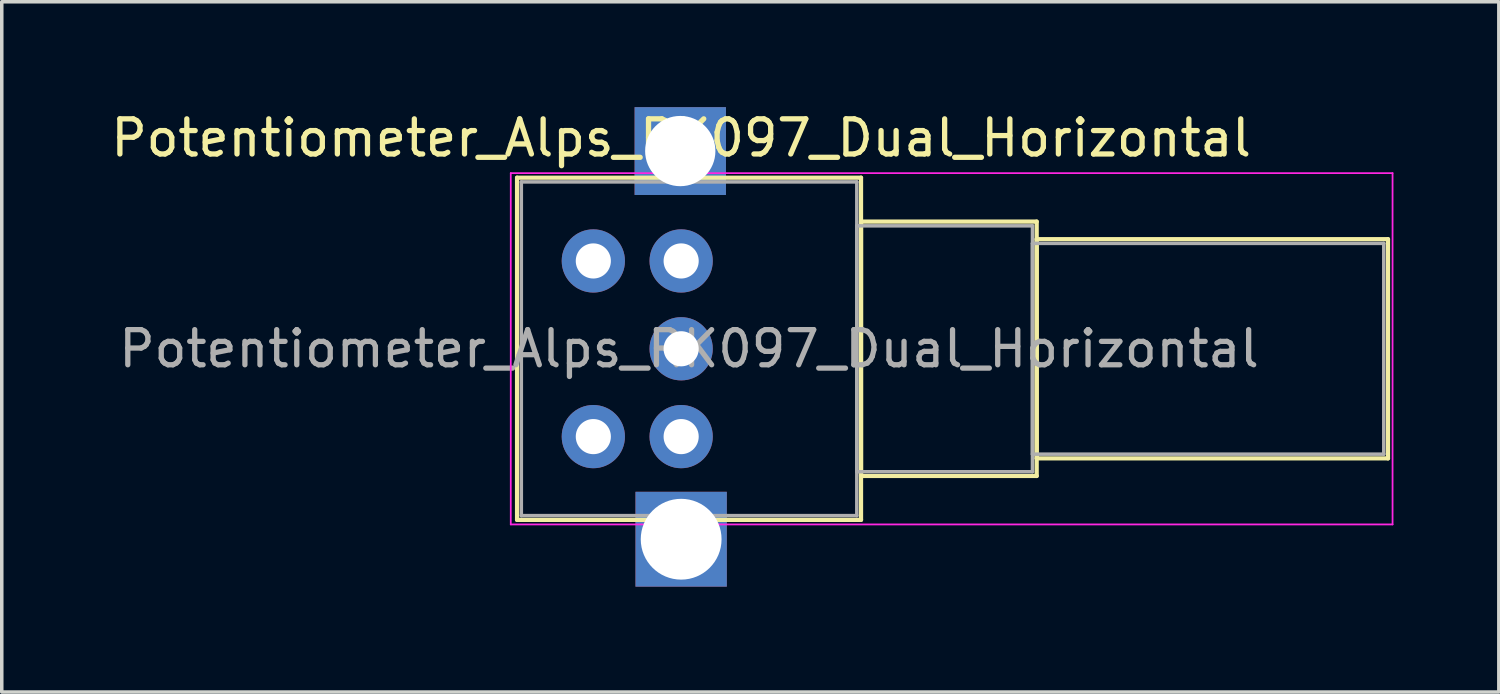
<source format=kicad_pcb>
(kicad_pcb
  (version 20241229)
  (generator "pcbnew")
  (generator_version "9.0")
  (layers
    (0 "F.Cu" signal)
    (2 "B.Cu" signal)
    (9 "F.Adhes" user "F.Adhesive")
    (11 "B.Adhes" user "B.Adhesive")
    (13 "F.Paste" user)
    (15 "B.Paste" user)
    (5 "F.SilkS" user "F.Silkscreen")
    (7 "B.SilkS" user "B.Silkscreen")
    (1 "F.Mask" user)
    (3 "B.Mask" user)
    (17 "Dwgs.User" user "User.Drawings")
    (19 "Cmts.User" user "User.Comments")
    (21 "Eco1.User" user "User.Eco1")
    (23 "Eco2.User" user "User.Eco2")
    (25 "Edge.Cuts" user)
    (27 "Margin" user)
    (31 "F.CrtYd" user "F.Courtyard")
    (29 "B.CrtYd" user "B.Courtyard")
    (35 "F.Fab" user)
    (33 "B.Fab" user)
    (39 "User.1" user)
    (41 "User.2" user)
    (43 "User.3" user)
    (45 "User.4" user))
  (footprint "Potentiometer_Alps_RK097_Dual_Horizontal"
    (layer "F.Cu")
    (at 16.339 9.378)
    (property "Reference" "Potentiometer_Alps_RK097_Dual_Horizontal" (at 0 -8.5 0) (layer "F.SilkS") (effects (font (size 1 1) (thickness 0.15))))
    (attr through_hole)
    (fp_line (start -4.671 -7.37) (end -4.671 2.37) (stroke (width 0.12) (type solid)) (layer "F.SilkS"))
    (fp_line (start -4.671 -7.37) (end 5.12 -7.37) (stroke (width 0.12) (type solid)) (layer "F.SilkS"))
    (fp_line (start -4.671 2.37) (end 5.12 2.37) (stroke (width 0.12) (type solid)) (layer "F.SilkS"))
    (fp_line (start 5.12 -7.37) (end 5.12 2.37) (stroke (width 0.12) (type solid)) (layer "F.SilkS"))
    (fp_line (start 5.12 -6.12) (end 5.12 1.12) (stroke (width 0.12) (type solid)) (layer "F.SilkS"))
    (fp_line (start 5.12 -6.12) (end 10.12 -6.12) (stroke (width 0.12) (type solid)) (layer "F.SilkS"))
    (fp_line (start 5.12 1.12) (end 10.12 1.12) (stroke (width 0.12) (type solid)) (layer "F.SilkS"))
    (fp_line (start 10.12 -6.12) (end 10.12 1.12) (stroke (width 0.12) (type solid)) (layer "F.SilkS"))
    (fp_line (start 10.12 -5.62) (end 10.12 0.62) (stroke (width 0.12) (type solid)) (layer "F.SilkS"))
    (fp_line (start 10.12 -5.62) (end 20.12 -5.62) (stroke (width 0.12) (type solid)) (layer "F.SilkS"))
    (fp_line (start 10.12 0.62) (end 20.12 0.62) (stroke (width 0.12) (type solid)) (layer "F.SilkS"))
    (fp_line (start 20.12 -5.62) (end 20.12 0.62) (stroke (width 0.12) (type solid)) (layer "F.SilkS"))
    (fp_line (start -4.85 -7.5) (end -4.85 2.5) (stroke (width 0.05) (type solid)) (layer "F.CrtYd"))
    (fp_line (start -4.85 2.5) (end 20.25 2.5) (stroke (width 0.05) (type solid)) (layer "F.CrtYd"))
    (fp_line (start 20.25 -7.5) (end -4.85 -7.5) (stroke (width 0.05) (type solid)) (layer "F.CrtYd"))
    (fp_line (start 20.25 2.5) (end 20.25 -7.5) (stroke (width 0.05) (type solid)) (layer "F.CrtYd"))
    (fp_line (start -4.55 -7.25) (end -4.55 2.25) (stroke (width 0.1) (type solid)) (layer "F.Fab"))
    (fp_line (start -4.55 2.25) (end 5 2.25) (stroke (width 0.1) (type solid)) (layer "F.Fab"))
    (fp_line (start 5 -7.25) (end -4.55 -7.25) (stroke (width 0.1) (type solid)) (layer "F.Fab"))
    (fp_line (start 5 -6) (end 5 1) (stroke (width 0.1) (type solid)) (layer "F.Fab"))
    (fp_line (start 5 1) (end 10 1) (stroke (width 0.1) (type solid)) (layer "F.Fab"))
    (fp_line (start 5 2.25) (end 5 -7.25) (stroke (width 0.1) (type solid)) (layer "F.Fab"))
    (fp_line (start 10 -6) (end 5 -6) (stroke (width 0.1) (type solid)) (layer "F.Fab"))
    (fp_line (start 10 -5.5) (end 10 0.5) (stroke (width 0.1) (type solid)) (layer "F.Fab"))
    (fp_line (start 10 0.5) (end 20 0.5) (stroke (width 0.1) (type solid)) (layer "F.Fab"))
    (fp_line (start 10 1) (end 10 -6) (stroke (width 0.1) (type solid)) (layer "F.Fab"))
    (fp_line (start 20 -5.5) (end 10 -5.5) (stroke (width 0.1) (type solid)) (layer "F.Fab"))
    (fp_line (start 20 0.5) (end 20 -5.5) (stroke (width 0.1) (type solid)) (layer "F.Fab"))
    (fp_text user "${REFERENCE}" (at 0.225 -2.5 0) (layer "F.Fab") (effects (font (size 1 1) (thickness 0.15))))
    (pad "1" thru_hole rect (at -0.025 -8.128) (size 2.6 2.5) (drill 2) (layers "*.Cu" "*.Mask"))
    (pad "1" thru_hole rect (at 0 2.921) (size 2.6 2.7) (drill 2.3) (layers "*.Cu" "*.Mask"))
    (pad "A" thru_hole circle (at 0 0) (size 1.8 1.8) (drill 1) (layers "*.Cu" "*.Mask"))
    (pad "B" thru_hole circle (at 0 -5) (size 1.8 1.8) (drill 1) (layers "*.Cu" "*.Mask"))
    (pad "C" thru_hole circle (at 0 -2.5) (size 1.8 1.8) (drill 1) (layers "*.Cu" "*.Mask"))
    (pad "S1" thru_hole circle (at -2.5 -5) (size 1.8 1.8) (drill 1) (layers "*.Cu" "*.Mask"))
    (pad "S2" thru_hole circle (at -2.5 0) (size 1.8 1.8) (drill 1) (layers "*.Cu" "*.Mask")))
  (gr_rect
    (start -3 -3)
    (end 39.614 16.649)
    (stroke (width 0.1) (type default))
    (fill no)
    (layer "Edge.Cuts")))
</source>
